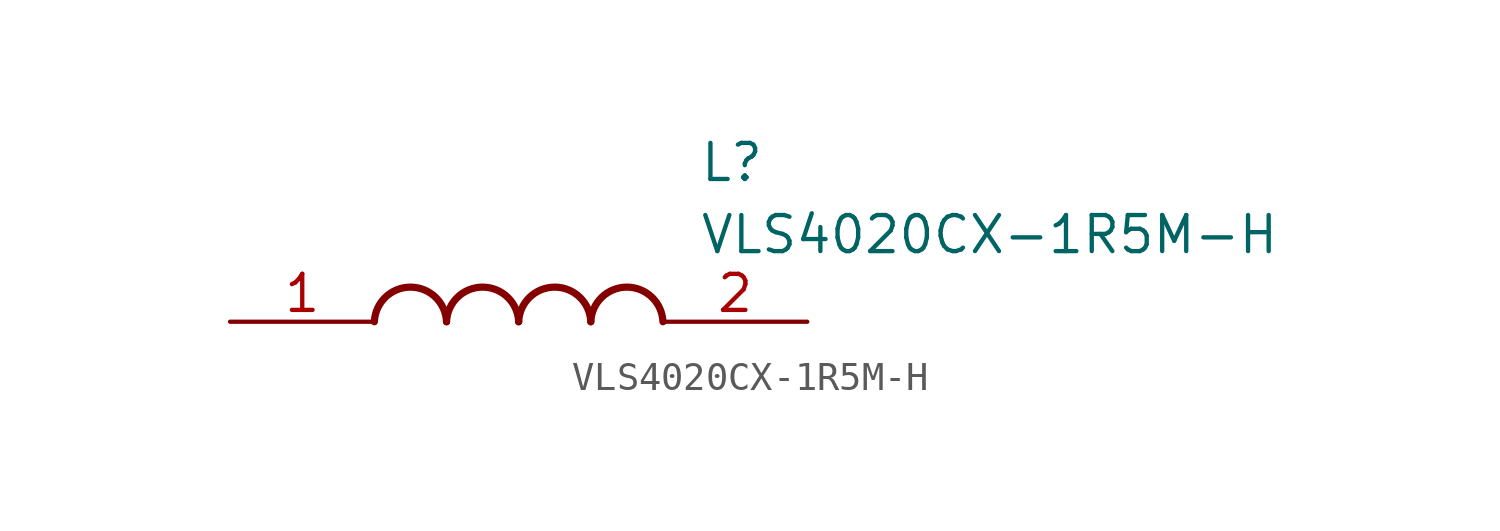
<source format=kicad_sym>
(kicad_symbol_lib
  (version 20211014)
  (generator SamacSys_ECAD_Model)
  (symbol "VLS4020CX-1R5M-H"
    (pin_names hide)
    (property "Reference" "L"
      (at 16.51 6.35 0)
      (effects (font (size 1.27 1.27)) (justify left top)))
    (property "Value" "VLS4020CX-1R5M-H"
      (at 16.51 3.81 0)
      (effects (font (size 1.27 1.27)) (justify left top)))
    (arc
      (start 7.62 0)
      (mid 6.35 1.219)
      (end 5.08 0)
      (stroke (width 0.254) (type default))
      (fill (type none)))
    (arc
      (start 10.16 0)
      (mid 8.89 1.219)
      (end 7.62 0)
      (stroke (width 0.254) (type default))
      (fill (type none)))
    (arc
      (start 12.7 0)
      (mid 11.43 1.219)
      (end 10.16 0)
      (stroke (width 0.254) (type default))
      (fill (type none)))
    (arc
      (start 15.24 0)
      (mid 13.97 1.219)
      (end 12.7 0)
      (stroke (width 0.254) (type default))
      (fill (type none)))
    (pin passive line
      (at 0 0 0)
      (length 5.08)
      (name "1" (effects (font (size 1.27 1.27))))
      (number "1" (effects (font (size 1.27 1.27)))))
    (pin passive line
      (at 20.32 0 180)
      (length 5.08)
      (name "2" (effects (font (size 1.27 1.27))))
      (number "2" (effects (font (size 1.27 1.27)))))))
</source>
